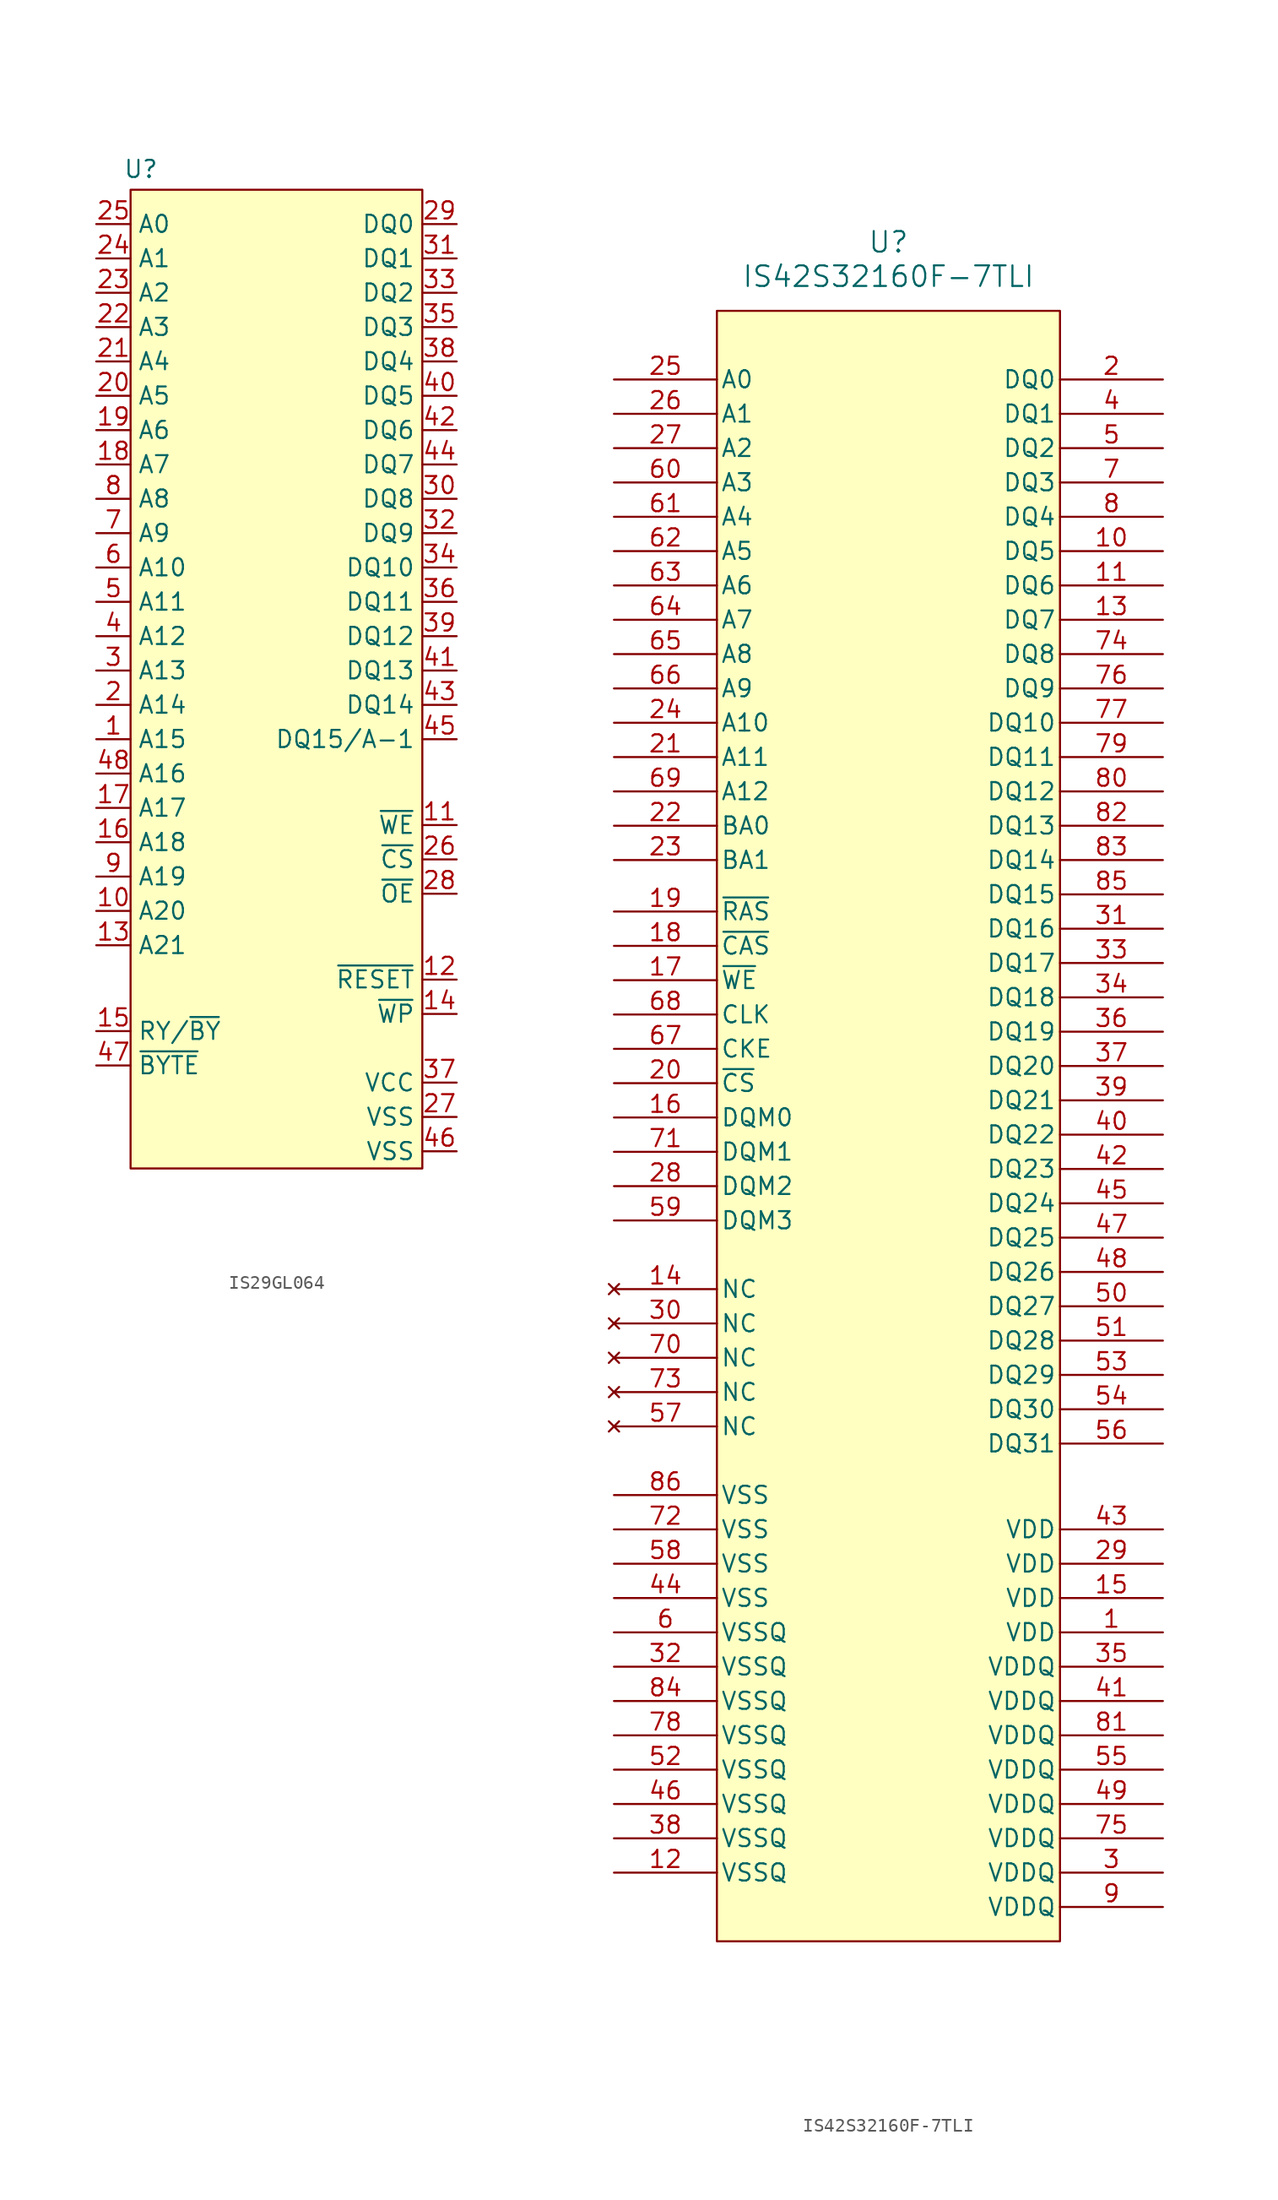
<source format=kicad_sym>
(kicad_symbol_lib
  (version 20231120)
  (generator "kicad_symbol_editor")
  (generator_version "8.0")
  (symbol "IS29GL064"
    (property "Reference" "U"
      (at -9.398 33.274 0)
      (effects (font (size 1.27 1.27))))
    (property "Value" ""
      (at 0 -5.08 0)
      (effects (font (size 1.27 1.27))))
    (symbol "IS29GL064_1_1"
      (polyline (pts (xy -10.16 31.75) (xy 11.43 31.75) (xy 11.43 -40.64) (xy -10.16 -40.64) (xy -10.16 31.75)) (stroke (width 0) (type default)) (fill (type background)))
      (pin bidirectional line (at -12.7 -8.89 0) (length 2.54) (name "A15" (effects (font (size 1.27 1.27)))) (number "1" (effects (font (size 1.27 1.27)))))
      (pin bidirectional line (at -12.7 -21.59 0) (length 2.54) (name "A20" (effects (font (size 1.27 1.27)))) (number "10" (effects (font (size 1.27 1.27)))))
      (pin input line (at 13.97 -15.24 180) (length 2.54) (name "~{WE}" (effects (font (size 1.27 1.27)))) (number "11" (effects (font (size 1.27 1.27)))))
      (pin input line (at 13.97 -26.67 180) (length 2.54) (name "~{RESET}" (effects (font (size 1.27 1.27)))) (number "12" (effects (font (size 1.27 1.27)))))
      (pin bidirectional line (at -12.7 -24.13 0) (length 2.54) (name "A21" (effects (font (size 1.27 1.27)))) (number "13" (effects (font (size 1.27 1.27)))))
      (pin input line (at 13.97 -29.21 180) (length 2.54) (name "~{WP}" (effects (font (size 1.27 1.27)))) (number "14" (effects (font (size 1.27 1.27)))))
      (pin output line (at -12.7 -30.48 0) (length 2.54) (name "RY/~{BY}" (effects (font (size 1.27 1.27)))) (number "15" (effects (font (size 1.27 1.27)))))
      (pin bidirectional line (at -12.7 -16.51 0) (length 2.54) (name "A18" (effects (font (size 1.27 1.27)))) (number "16" (effects (font (size 1.27 1.27)))))
      (pin bidirectional line (at -12.7 -13.97 0) (length 2.54) (name "A17" (effects (font (size 1.27 1.27)))) (number "17" (effects (font (size 1.27 1.27)))))
      (pin bidirectional line (at -12.7 11.43 0) (length 2.54) (name "A7" (effects (font (size 1.27 1.27)))) (number "18" (effects (font (size 1.27 1.27)))))
      (pin bidirectional line (at -12.7 13.97 0) (length 2.54) (name "A6" (effects (font (size 1.27 1.27)))) (number "19" (effects (font (size 1.27 1.27)))))
      (pin bidirectional line (at -12.7 -6.35 0) (length 2.54) (name "A14" (effects (font (size 1.27 1.27)))) (number "2" (effects (font (size 1.27 1.27)))))
      (pin bidirectional line (at -12.7 16.51 0) (length 2.54) (name "A5" (effects (font (size 1.27 1.27)))) (number "20" (effects (font (size 1.27 1.27)))))
      (pin bidirectional line (at -12.7 19.05 0) (length 2.54) (name "A4" (effects (font (size 1.27 1.27)))) (number "21" (effects (font (size 1.27 1.27)))))
      (pin bidirectional line (at -12.7 21.59 0) (length 2.54) (name "A3" (effects (font (size 1.27 1.27)))) (number "22" (effects (font (size 1.27 1.27)))))
      (pin bidirectional line (at -12.7 24.13 0) (length 2.54) (name "A2" (effects (font (size 1.27 1.27)))) (number "23" (effects (font (size 1.27 1.27)))))
      (pin bidirectional line (at -12.7 26.67 0) (length 2.54) (name "A1" (effects (font (size 1.27 1.27)))) (number "24" (effects (font (size 1.27 1.27)))))
      (pin bidirectional line (at -12.7 29.21 0) (length 2.54) (name "A0" (effects (font (size 1.27 1.27)))) (number "25" (effects (font (size 1.27 1.27)))))
      (pin input line (at 13.97 -17.78 180) (length 2.54) (name "~{CS}" (effects (font (size 1.27 1.27)))) (number "26" (effects (font (size 1.27 1.27)))))
      (pin power_in line (at 13.97 -36.83 180) (length 2.54) (name "VSS" (effects (font (size 1.27 1.27)))) (number "27" (effects (font (size 1.27 1.27)))))
      (pin input line (at 13.97 -20.32 180) (length 2.54) (name "~{OE}" (effects (font (size 1.27 1.27)))) (number "28" (effects (font (size 1.27 1.27)))))
      (pin bidirectional line (at 13.97 29.21 180) (length 2.54) (name "DQ0" (effects (font (size 1.27 1.27)))) (number "29" (effects (font (size 1.27 1.27)))))
      (pin bidirectional line (at -12.7 -3.81 0) (length 2.54) (name "A13" (effects (font (size 1.27 1.27)))) (number "3" (effects (font (size 1.27 1.27)))))
      (pin bidirectional line (at 13.97 8.89 180) (length 2.54) (name "DQ8" (effects (font (size 1.27 1.27)))) (number "30" (effects (font (size 1.27 1.27)))))
      (pin bidirectional line (at 13.97 26.67 180) (length 2.54) (name "DQ1" (effects (font (size 1.27 1.27)))) (number "31" (effects (font (size 1.27 1.27)))))
      (pin bidirectional line (at 13.97 6.35 180) (length 2.54) (name "DQ9" (effects (font (size 1.27 1.27)))) (number "32" (effects (font (size 1.27 1.27)))))
      (pin bidirectional line (at 13.97 24.13 180) (length 2.54) (name "DQ2" (effects (font (size 1.27 1.27)))) (number "33" (effects (font (size 1.27 1.27)))))
      (pin bidirectional line (at 13.97 3.81 180) (length 2.54) (name "DQ10" (effects (font (size 1.27 1.27)))) (number "34" (effects (font (size 1.27 1.27)))))
      (pin bidirectional line (at 13.97 21.59 180) (length 2.54) (name "DQ3" (effects (font (size 1.27 1.27)))) (number "35" (effects (font (size 1.27 1.27)))))
      (pin bidirectional line (at 13.97 1.27 180) (length 2.54) (name "DQ11" (effects (font (size 1.27 1.27)))) (number "36" (effects (font (size 1.27 1.27)))))
      (pin power_in line (at 13.97 -34.29 180) (length 2.54) (name "VCC" (effects (font (size 1.27 1.27)))) (number "37" (effects (font (size 1.27 1.27)))))
      (pin bidirectional line (at 13.97 19.05 180) (length 2.54) (name "DQ4" (effects (font (size 1.27 1.27)))) (number "38" (effects (font (size 1.27 1.27)))))
      (pin bidirectional line (at 13.97 -1.27 180) (length 2.54) (name "DQ12" (effects (font (size 1.27 1.27)))) (number "39" (effects (font (size 1.27 1.27)))))
      (pin bidirectional line (at -12.7 -1.27 0) (length 2.54) (name "A12" (effects (font (size 1.27 1.27)))) (number "4" (effects (font (size 1.27 1.27)))))
      (pin bidirectional line (at 13.97 16.51 180) (length 2.54) (name "DQ5" (effects (font (size 1.27 1.27)))) (number "40" (effects (font (size 1.27 1.27)))))
      (pin bidirectional line (at 13.97 -3.81 180) (length 2.54) (name "DQ13" (effects (font (size 1.27 1.27)))) (number "41" (effects (font (size 1.27 1.27)))))
      (pin bidirectional line (at 13.97 13.97 180) (length 2.54) (name "DQ6" (effects (font (size 1.27 1.27)))) (number "42" (effects (font (size 1.27 1.27)))))
      (pin bidirectional line (at 13.97 -6.35 180) (length 2.54) (name "DQ14" (effects (font (size 1.27 1.27)))) (number "43" (effects (font (size 1.27 1.27)))))
      (pin bidirectional line (at 13.97 11.43 180) (length 2.54) (name "DQ7" (effects (font (size 1.27 1.27)))) (number "44" (effects (font (size 1.27 1.27)))))
      (pin bidirectional line (at 13.97 -8.89 180) (length 2.54) (name "DQ15/A-1" (effects (font (size 1.27 1.27)))) (number "45" (effects (font (size 1.27 1.27)))))
      (pin power_in line (at 13.97 -39.37 180) (length 2.54) (name "VSS" (effects (font (size 1.27 1.27)))) (number "46" (effects (font (size 1.27 1.27)))))
      (pin input line (at -12.7 -33.02 0) (length 2.54) (name "~{BYTE}" (effects (font (size 1.27 1.27)))) (number "47" (effects (font (size 1.27 1.27)))))
      (pin bidirectional line (at -12.7 -11.43 0) (length 2.54) (name "A16" (effects (font (size 1.27 1.27)))) (number "48" (effects (font (size 1.27 1.27)))))
      (pin bidirectional line (at -12.7 1.27 0) (length 2.54) (name "A11" (effects (font (size 1.27 1.27)))) (number "5" (effects (font (size 1.27 1.27)))))
      (pin bidirectional line (at -12.7 3.81 0) (length 2.54) (name "A10" (effects (font (size 1.27 1.27)))) (number "6" (effects (font (size 1.27 1.27)))))
      (pin bidirectional line (at -12.7 6.35 0) (length 2.54) (name "A9" (effects (font (size 1.27 1.27)))) (number "7" (effects (font (size 1.27 1.27)))))
      (pin bidirectional line (at -12.7 8.89 0) (length 2.54) (name "A8" (effects (font (size 1.27 1.27)))) (number "8" (effects (font (size 1.27 1.27)))))
      (pin bidirectional line (at -12.7 -19.05 0) (length 2.54) (name "A19" (effects (font (size 1.27 1.27)))) (number "9" (effects (font (size 1.27 1.27)))))))
  (symbol "IS42S32160F-7TLI"
    (pin_names
      (offset 0.254))
    (property "Reference" "U"
      (at 0 64.77 0)
      (effects (font (size 1.524 1.524))))
    (property "Value" "IS42S32160F-7TLI"
      (at 0 62.23 0)
      (effects (font (size 1.524 1.524))))
    (property "ki_locked" ""
      (at 0 0 0)
      (effects (font (size 1.27 1.27))))
    (symbol "IS42S32160F-7TLI_0_1"
      (pin power_in line (at 20.32 -38.1 180) (length 7.62) (name "VDD" (effects (font (size 1.27 1.27)))) (number "1" (effects (font (size 1.27 1.27)))))
      (pin bidirectional line (at 20.32 41.91 180) (length 7.62) (name "DQ5" (effects (font (size 1.27 1.27)))) (number "10" (effects (font (size 1.27 1.27)))))
      (pin bidirectional line (at 20.32 39.37 180) (length 7.62) (name "DQ6" (effects (font (size 1.27 1.27)))) (number "11" (effects (font (size 1.27 1.27)))))
      (pin power_out line (at -20.32 -55.88 0) (length 7.62) (name "VSSQ" (effects (font (size 1.27 1.27)))) (number "12" (effects (font (size 1.27 1.27)))))
      (pin bidirectional line (at 20.32 36.83 180) (length 7.62) (name "DQ7" (effects (font (size 1.27 1.27)))) (number "13" (effects (font (size 1.27 1.27)))))
      (pin no_connect line (at -20.32 -12.7 0) (length 7.62) (name "NC" (effects (font (size 1.27 1.27)))) (number "14" (effects (font (size 1.27 1.27)))))
      (pin power_in line (at 20.32 -35.56 180) (length 7.62) (name "VDD" (effects (font (size 1.27 1.27)))) (number "15" (effects (font (size 1.27 1.27)))))
      (pin input line (at -20.32 0 0) (length 7.62) (name "DQM0" (effects (font (size 1.27 1.27)))) (number "16" (effects (font (size 1.27 1.27)))))
      (pin bidirectional line (at 20.32 54.61 180) (length 7.62) (name "DQ0" (effects (font (size 1.27 1.27)))) (number "2" (effects (font (size 1.27 1.27)))))
      (pin input line (at -20.32 26.67 0) (length 7.62) (name "A11" (effects (font (size 1.27 1.27)))) (number "21" (effects (font (size 1.27 1.27)))))
      (pin input line (at -20.32 21.59 0) (length 7.62) (name "BA0" (effects (font (size 1.27 1.27)))) (number "22" (effects (font (size 1.27 1.27)))))
      (pin input line (at -20.32 19.05 0) (length 7.62) (name "BA1" (effects (font (size 1.27 1.27)))) (number "23" (effects (font (size 1.27 1.27)))))
      (pin input line (at -20.32 29.21 0) (length 7.62) (name "A10" (effects (font (size 1.27 1.27)))) (number "24" (effects (font (size 1.27 1.27)))))
      (pin input line (at -20.32 54.61 0) (length 7.62) (name "A0" (effects (font (size 1.27 1.27)))) (number "25" (effects (font (size 1.27 1.27)))))
      (pin input line (at -20.32 52.07 0) (length 7.62) (name "A1" (effects (font (size 1.27 1.27)))) (number "26" (effects (font (size 1.27 1.27)))))
      (pin input line (at -20.32 49.53 0) (length 7.62) (name "A2" (effects (font (size 1.27 1.27)))) (number "27" (effects (font (size 1.27 1.27)))))
      (pin input line (at -20.32 -5.08 0) (length 7.62) (name "DQM2" (effects (font (size 1.27 1.27)))) (number "28" (effects (font (size 1.27 1.27)))))
      (pin power_in line (at 20.32 -33.02 180) (length 7.62) (name "VDD" (effects (font (size 1.27 1.27)))) (number "29" (effects (font (size 1.27 1.27)))))
      (pin power_in line (at 20.32 -55.88 180) (length 7.62) (name "VDDQ" (effects (font (size 1.27 1.27)))) (number "3" (effects (font (size 1.27 1.27)))))
      (pin no_connect line (at -20.32 -15.24 0) (length 7.62) (name "NC" (effects (font (size 1.27 1.27)))) (number "30" (effects (font (size 1.27 1.27)))))
      (pin bidirectional line (at 20.32 13.97 180) (length 7.62) (name "DQ16" (effects (font (size 1.27 1.27)))) (number "31" (effects (font (size 1.27 1.27)))))
      (pin power_out line (at -20.32 -40.64 0) (length 7.62) (name "VSSQ" (effects (font (size 1.27 1.27)))) (number "32" (effects (font (size 1.27 1.27)))))
      (pin bidirectional line (at 20.32 11.43 180) (length 7.62) (name "DQ17" (effects (font (size 1.27 1.27)))) (number "33" (effects (font (size 1.27 1.27)))))
      (pin bidirectional line (at 20.32 8.89 180) (length 7.62) (name "DQ18" (effects (font (size 1.27 1.27)))) (number "34" (effects (font (size 1.27 1.27)))))
      (pin power_in line (at 20.32 -40.64 180) (length 7.62) (name "VDDQ" (effects (font (size 1.27 1.27)))) (number "35" (effects (font (size 1.27 1.27)))))
      (pin bidirectional line (at 20.32 6.35 180) (length 7.62) (name "DQ19" (effects (font (size 1.27 1.27)))) (number "36" (effects (font (size 1.27 1.27)))))
      (pin bidirectional line (at 20.32 3.81 180) (length 7.62) (name "DQ20" (effects (font (size 1.27 1.27)))) (number "37" (effects (font (size 1.27 1.27)))))
      (pin power_out line (at -20.32 -53.34 0) (length 7.62) (name "VSSQ" (effects (font (size 1.27 1.27)))) (number "38" (effects (font (size 1.27 1.27)))))
      (pin bidirectional line (at 20.32 1.27 180) (length 7.62) (name "DQ21" (effects (font (size 1.27 1.27)))) (number "39" (effects (font (size 1.27 1.27)))))
      (pin bidirectional line (at 20.32 52.07 180) (length 7.62) (name "DQ1" (effects (font (size 1.27 1.27)))) (number "4" (effects (font (size 1.27 1.27)))))
      (pin bidirectional line (at 20.32 -1.27 180) (length 7.62) (name "DQ22" (effects (font (size 1.27 1.27)))) (number "40" (effects (font (size 1.27 1.27)))))
      (pin power_in line (at 20.32 -43.18 180) (length 7.62) (name "VDDQ" (effects (font (size 1.27 1.27)))) (number "41" (effects (font (size 1.27 1.27)))))
      (pin bidirectional line (at 20.32 -3.81 180) (length 7.62) (name "DQ23" (effects (font (size 1.27 1.27)))) (number "42" (effects (font (size 1.27 1.27)))))
      (pin power_in line (at 20.32 -30.48 180) (length 7.62) (name "VDD" (effects (font (size 1.27 1.27)))) (number "43" (effects (font (size 1.27 1.27)))))
      (pin power_out line (at -20.32 -35.56 0) (length 7.62) (name "VSS" (effects (font (size 1.27 1.27)))) (number "44" (effects (font (size 1.27 1.27)))))
      (pin bidirectional line (at 20.32 -6.35 180) (length 7.62) (name "DQ24" (effects (font (size 1.27 1.27)))) (number "45" (effects (font (size 1.27 1.27)))))
      (pin power_out line (at -20.32 -50.8 0) (length 7.62) (name "VSSQ" (effects (font (size 1.27 1.27)))) (number "46" (effects (font (size 1.27 1.27)))))
      (pin bidirectional line (at 20.32 -8.89 180) (length 7.62) (name "DQ25" (effects (font (size 1.27 1.27)))) (number "47" (effects (font (size 1.27 1.27)))))
      (pin bidirectional line (at 20.32 -11.43 180) (length 7.62) (name "DQ26" (effects (font (size 1.27 1.27)))) (number "48" (effects (font (size 1.27 1.27)))))
      (pin power_in line (at 20.32 -50.8 180) (length 7.62) (name "VDDQ" (effects (font (size 1.27 1.27)))) (number "49" (effects (font (size 1.27 1.27)))))
      (pin bidirectional line (at 20.32 49.53 180) (length 7.62) (name "DQ2" (effects (font (size 1.27 1.27)))) (number "5" (effects (font (size 1.27 1.27)))))
      (pin bidirectional line (at 20.32 -13.97 180) (length 7.62) (name "DQ27" (effects (font (size 1.27 1.27)))) (number "50" (effects (font (size 1.27 1.27)))))
      (pin bidirectional line (at 20.32 -16.51 180) (length 7.62) (name "DQ28" (effects (font (size 1.27 1.27)))) (number "51" (effects (font (size 1.27 1.27)))))
      (pin power_out line (at -20.32 -48.26 0) (length 7.62) (name "VSSQ" (effects (font (size 1.27 1.27)))) (number "52" (effects (font (size 1.27 1.27)))))
      (pin bidirectional line (at 20.32 -19.05 180) (length 7.62) (name "DQ29" (effects (font (size 1.27 1.27)))) (number "53" (effects (font (size 1.27 1.27)))))
      (pin bidirectional line (at 20.32 -21.59 180) (length 7.62) (name "DQ30" (effects (font (size 1.27 1.27)))) (number "54" (effects (font (size 1.27 1.27)))))
      (pin power_in line (at 20.32 -48.26 180) (length 7.62) (name "VDDQ" (effects (font (size 1.27 1.27)))) (number "55" (effects (font (size 1.27 1.27)))))
      (pin bidirectional line (at 20.32 -24.13 180) (length 7.62) (name "DQ31" (effects (font (size 1.27 1.27)))) (number "56" (effects (font (size 1.27 1.27)))))
      (pin no_connect line (at -20.32 -22.86 0) (length 7.62) (name "NC" (effects (font (size 1.27 1.27)))) (number "57" (effects (font (size 1.27 1.27)))))
      (pin power_out line (at -20.32 -33.02 0) (length 7.62) (name "VSS" (effects (font (size 1.27 1.27)))) (number "58" (effects (font (size 1.27 1.27)))))
      (pin input line (at -20.32 -7.62 0) (length 7.62) (name "DQM3" (effects (font (size 1.27 1.27)))) (number "59" (effects (font (size 1.27 1.27)))))
      (pin power_out line (at -20.32 -38.1 0) (length 7.62) (name "VSSQ" (effects (font (size 1.27 1.27)))) (number "6" (effects (font (size 1.27 1.27)))))
      (pin input line (at -20.32 46.99 0) (length 7.62) (name "A3" (effects (font (size 1.27 1.27)))) (number "60" (effects (font (size 1.27 1.27)))))
      (pin input line (at -20.32 44.45 0) (length 7.62) (name "A4" (effects (font (size 1.27 1.27)))) (number "61" (effects (font (size 1.27 1.27)))))
      (pin input line (at -20.32 41.91 0) (length 7.62) (name "A5" (effects (font (size 1.27 1.27)))) (number "62" (effects (font (size 1.27 1.27)))))
      (pin input line (at -20.32 39.37 0) (length 7.62) (name "A6" (effects (font (size 1.27 1.27)))) (number "63" (effects (font (size 1.27 1.27)))))
      (pin input line (at -20.32 36.83 0) (length 7.62) (name "A7" (effects (font (size 1.27 1.27)))) (number "64" (effects (font (size 1.27 1.27)))))
      (pin input line (at -20.32 34.29 0) (length 7.62) (name "A8" (effects (font (size 1.27 1.27)))) (number "65" (effects (font (size 1.27 1.27)))))
      (pin input line (at -20.32 31.75 0) (length 7.62) (name "A9" (effects (font (size 1.27 1.27)))) (number "66" (effects (font (size 1.27 1.27)))))
      (pin input line (at -20.32 5.08 0) (length 7.62) (name "CKE" (effects (font (size 1.27 1.27)))) (number "67" (effects (font (size 1.27 1.27)))))
      (pin input line (at -20.32 7.62 0) (length 7.62) (name "CLK" (effects (font (size 1.27 1.27)))) (number "68" (effects (font (size 1.27 1.27)))))
      (pin input line (at -20.32 24.13 0) (length 7.62) (name "A12" (effects (font (size 1.27 1.27)))) (number "69" (effects (font (size 1.27 1.27)))))
      (pin bidirectional line (at 20.32 46.99 180) (length 7.62) (name "DQ3" (effects (font (size 1.27 1.27)))) (number "7" (effects (font (size 1.27 1.27)))))
      (pin no_connect line (at -20.32 -17.78 0) (length 7.62) (name "NC" (effects (font (size 1.27 1.27)))) (number "70" (effects (font (size 1.27 1.27)))))
      (pin input line (at -20.32 -2.54 0) (length 7.62) (name "DQM1" (effects (font (size 1.27 1.27)))) (number "71" (effects (font (size 1.27 1.27)))))
      (pin power_out line (at -20.32 -30.48 0) (length 7.62) (name "VSS" (effects (font (size 1.27 1.27)))) (number "72" (effects (font (size 1.27 1.27)))))
      (pin no_connect line (at -20.32 -20.32 0) (length 7.62) (name "NC" (effects (font (size 1.27 1.27)))) (number "73" (effects (font (size 1.27 1.27)))))
      (pin bidirectional line (at 20.32 34.29 180) (length 7.62) (name "DQ8" (effects (font (size 1.27 1.27)))) (number "74" (effects (font (size 1.27 1.27)))))
      (pin power_in line (at 20.32 -53.34 180) (length 7.62) (name "VDDQ" (effects (font (size 1.27 1.27)))) (number "75" (effects (font (size 1.27 1.27)))))
      (pin bidirectional line (at 20.32 31.75 180) (length 7.62) (name "DQ9" (effects (font (size 1.27 1.27)))) (number "76" (effects (font (size 1.27 1.27)))))
      (pin bidirectional line (at 20.32 29.21 180) (length 7.62) (name "DQ10" (effects (font (size 1.27 1.27)))) (number "77" (effects (font (size 1.27 1.27)))))
      (pin power_out line (at -20.32 -45.72 0) (length 7.62) (name "VSSQ" (effects (font (size 1.27 1.27)))) (number "78" (effects (font (size 1.27 1.27)))))
      (pin bidirectional line (at 20.32 26.67 180) (length 7.62) (name "DQ11" (effects (font (size 1.27 1.27)))) (number "79" (effects (font (size 1.27 1.27)))))
      (pin bidirectional line (at 20.32 44.45 180) (length 7.62) (name "DQ4" (effects (font (size 1.27 1.27)))) (number "8" (effects (font (size 1.27 1.27)))))
      (pin bidirectional line (at 20.32 24.13 180) (length 7.62) (name "DQ12" (effects (font (size 1.27 1.27)))) (number "80" (effects (font (size 1.27 1.27)))))
      (pin power_in line (at 20.32 -45.72 180) (length 7.62) (name "VDDQ" (effects (font (size 1.27 1.27)))) (number "81" (effects (font (size 1.27 1.27)))))
      (pin bidirectional line (at 20.32 21.59 180) (length 7.62) (name "DQ13" (effects (font (size 1.27 1.27)))) (number "82" (effects (font (size 1.27 1.27)))))
      (pin bidirectional line (at 20.32 19.05 180) (length 7.62) (name "DQ14" (effects (font (size 1.27 1.27)))) (number "83" (effects (font (size 1.27 1.27)))))
      (pin power_out line (at -20.32 -43.18 0) (length 7.62) (name "VSSQ" (effects (font (size 1.27 1.27)))) (number "84" (effects (font (size 1.27 1.27)))))
      (pin bidirectional line (at 20.32 16.51 180) (length 7.62) (name "DQ15" (effects (font (size 1.27 1.27)))) (number "85" (effects (font (size 1.27 1.27)))))
      (pin power_out line (at -20.32 -27.94 0) (length 7.62) (name "VSS" (effects (font (size 1.27 1.27)))) (number "86" (effects (font (size 1.27 1.27)))))
      (pin power_in line (at 20.32 -58.42 180) (length 7.62) (name "VDDQ" (effects (font (size 1.27 1.27)))) (number "9" (effects (font (size 1.27 1.27))))))
    (symbol "IS42S32160F-7TLI_1_1"
      (rectangle (start -12.7 59.69) (end 12.7 -60.96) (stroke (width 0) (type default)) (fill (type background)))
      (pin input line (at -20.32 10.16 0) (length 7.62) (name "~{WE}" (effects (font (size 1.27 1.27)))) (number "17" (effects (font (size 1.27 1.27)))))
      (pin input line (at -20.32 12.7 0) (length 7.62) (name "~{CAS}" (effects (font (size 1.27 1.27)))) (number "18" (effects (font (size 1.27 1.27)))))
      (pin input line (at -20.32 15.24 0) (length 7.62) (name "~{RAS}" (effects (font (size 1.27 1.27)))) (number "19" (effects (font (size 1.27 1.27)))))
      (pin input line (at -20.32 2.54 0) (length 7.62) (name "~{CS}" (effects (font (size 1.27 1.27)))) (number "20" (effects (font (size 1.27 1.27))))))))
</source>
